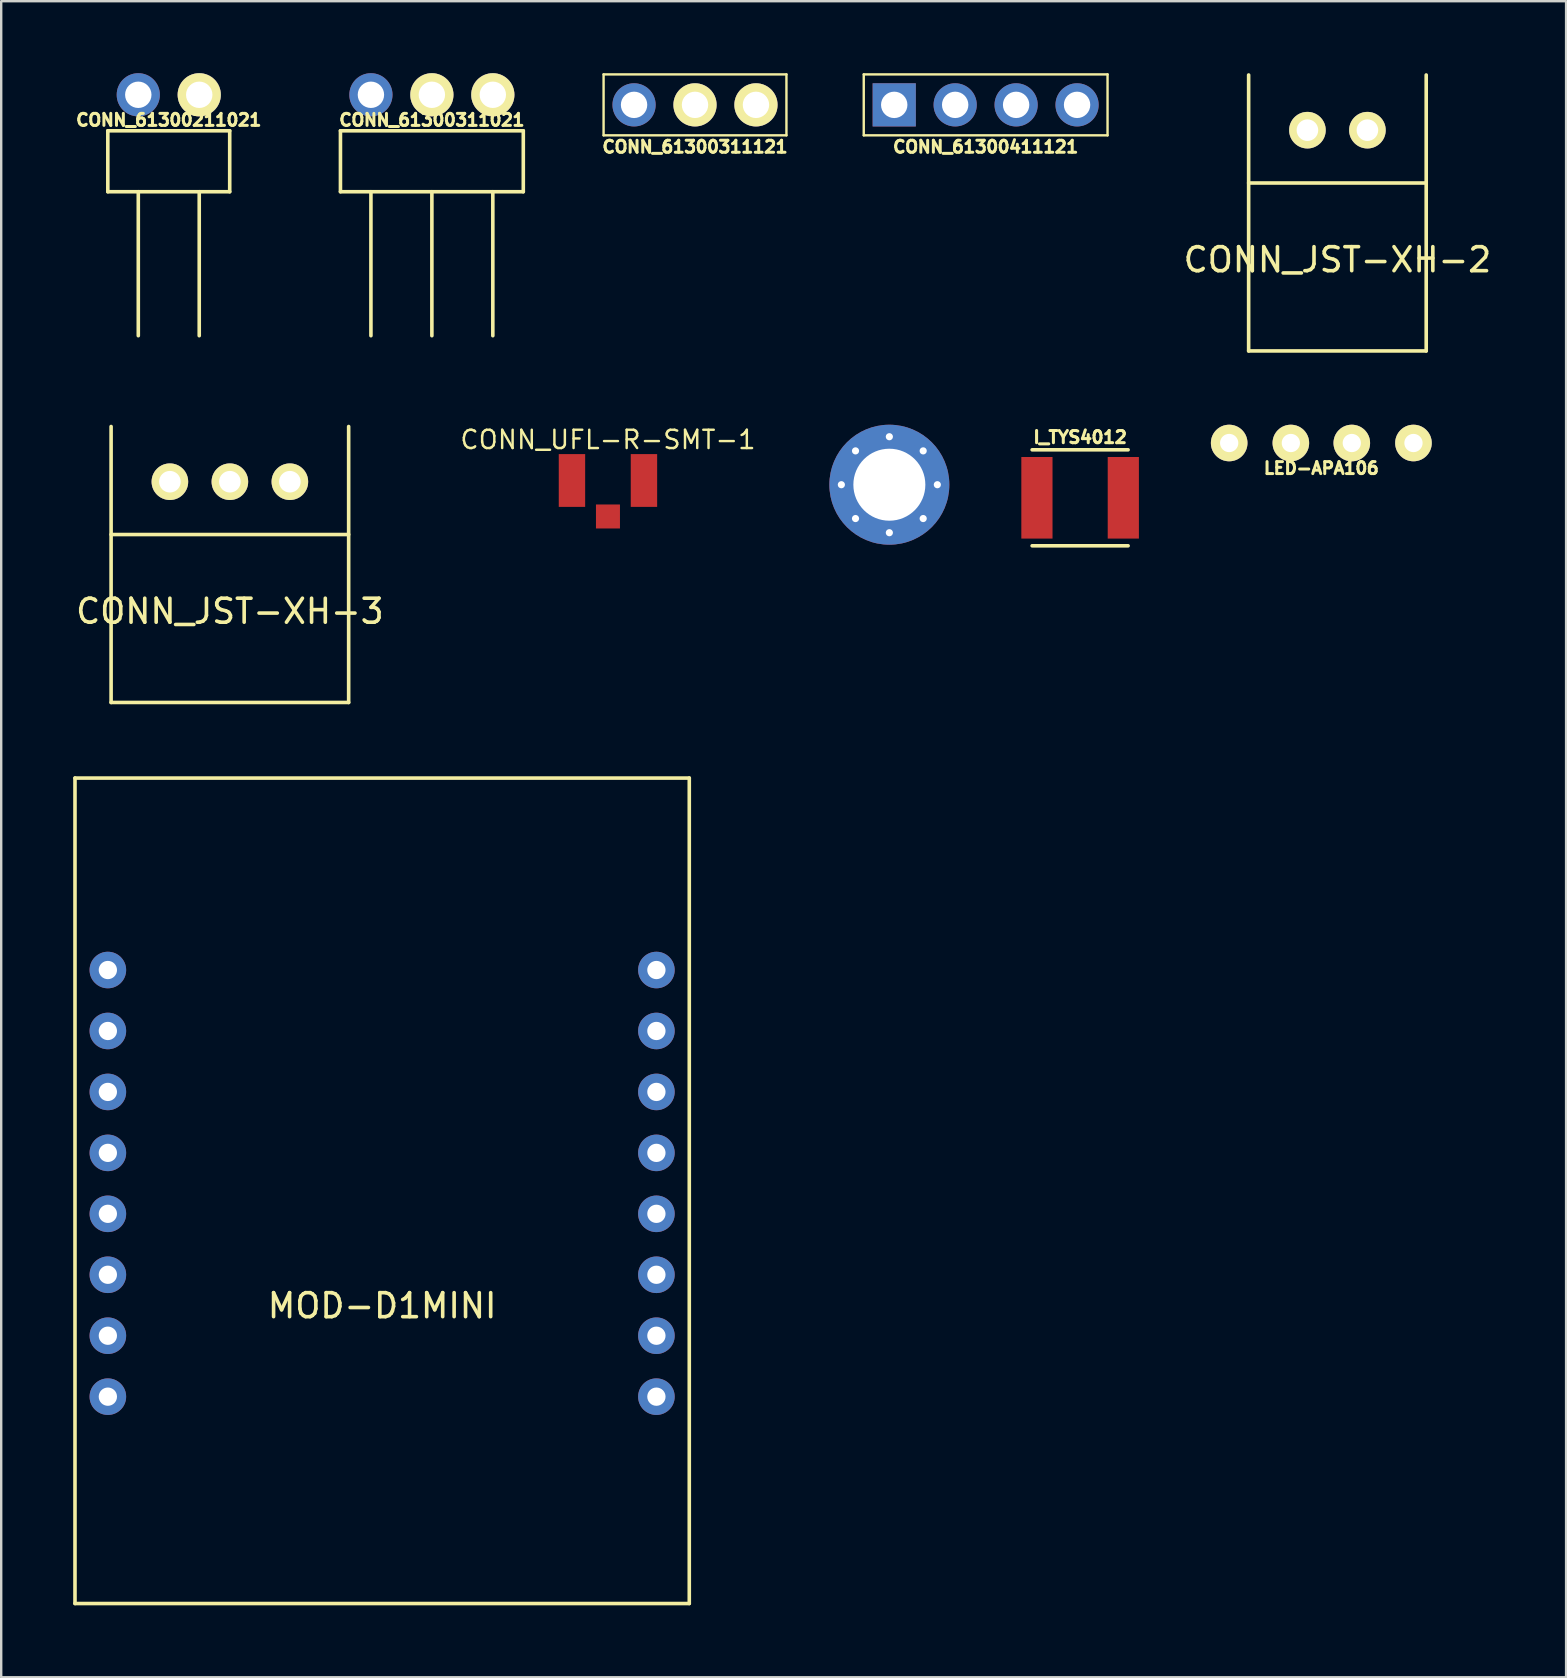
<source format=kicad_pcb>
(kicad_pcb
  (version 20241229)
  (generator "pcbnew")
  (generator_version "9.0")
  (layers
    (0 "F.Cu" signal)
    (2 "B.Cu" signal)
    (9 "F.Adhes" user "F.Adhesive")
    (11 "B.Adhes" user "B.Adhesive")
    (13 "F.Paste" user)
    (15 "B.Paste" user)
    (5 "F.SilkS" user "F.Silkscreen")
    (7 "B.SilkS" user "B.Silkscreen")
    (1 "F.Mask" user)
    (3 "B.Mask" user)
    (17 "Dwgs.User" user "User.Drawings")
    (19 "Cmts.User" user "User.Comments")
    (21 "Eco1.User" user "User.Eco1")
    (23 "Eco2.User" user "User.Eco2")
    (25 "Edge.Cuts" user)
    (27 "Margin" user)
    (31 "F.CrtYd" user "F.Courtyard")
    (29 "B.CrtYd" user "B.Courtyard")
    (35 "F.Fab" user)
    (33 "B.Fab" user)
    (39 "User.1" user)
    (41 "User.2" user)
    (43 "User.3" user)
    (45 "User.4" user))
  (footprint "CONN_61300311121"
    (layer "F.Cu")
    (at 25.914 1.32)
    (property "Reference" "CONN_61300311121" (at 0 1.75 0) (layer "F.SilkS") (effects (font (size 0.5 0.5) (thickness 0.125))))
    (attr through_hole)
    (fp_line (start -3.81 -1.27) (end 3.81 -1.27) (stroke (width 0.1) (type solid)) (layer "F.SilkS"))
    (fp_line (start -3.81 1.27) (end -3.81 -1.27) (stroke (width 0.1) (type solid)) (layer "F.SilkS"))
    (fp_line (start 3.81 -1.27) (end 3.81 1.27) (stroke (width 0.1) (type solid)) (layer "F.SilkS"))
    (fp_line (start 3.81 1.27) (end -3.81 1.27) (stroke (width 0.1) (type solid)) (layer "F.SilkS"))
    (pad "1" thru_hole circle (at -2.54 0) (size 1.8 1.8) (drill 1.1) (layers "*.Cu" "*.Mask"))
    (pad "2" thru_hole circle (at 0 0) (size 1.8 1.8) (drill 1.1) (layers "*.Cu" "*.Mask" "F.SilkS"))
    (pad "3" thru_hole circle (at 2.54 0) (size 1.8 1.8) (drill 1.1) (layers "*.Cu" "*.Mask" "F.SilkS")))
  (footprint "CONN_JST-XH-2"
    (layer "F.Cu")
    (at 52.686 4.575)
    (property "Reference" "CONN_JST-XH-2" (at 0 3.2 0) (layer "F.SilkS") (effects (font (size 1 1) (thickness 0.15))))
    (attr through_hole)
    (fp_line (start -3.7 0) (end 3.7 0) (stroke (width 0.15) (type solid)) (layer "F.SilkS"))
    (fp_line (start -3.7 7) (end -3.7 -4.5) (stroke (width 0.15) (type solid)) (layer "F.SilkS"))
    (fp_line (start 3.7 -4.5) (end 3.7 7) (stroke (width 0.15) (type solid)) (layer "F.SilkS"))
    (fp_line (start 3.7 7) (end -3.7 7) (stroke (width 0.15) (type solid)) (layer "F.SilkS"))
    (pad "1" thru_hole circle (at -1.25 -2.2) (size 1.524 1.524) (drill 0.9) (layers "*.Cu" "*.Mask" "F.SilkS"))
    (pad "2" thru_hole circle (at 1.25 -2.2) (size 1.524 1.524) (drill 0.9) (layers "*.Cu" "*.Mask" "F.SilkS")))
  (footprint "CONN_61300311021"
    (layer "F.Cu")
    (at 14.948 0.9)
    (property "Reference" "CONN_61300311021" (at 0 1.05 0) (layer "F.SilkS") (effects (font (size 0.5 0.5) (thickness 0.125))))
    (attr through_hole)
    (fp_line (start -3.81 1.5) (end 3.81 1.5) (stroke (width 0.15) (type solid)) (layer "F.SilkS"))
    (fp_line (start -3.81 4.04) (end -3.81 1.5) (stroke (width 0.15) (type solid)) (layer "F.SilkS"))
    (fp_line (start -2.54 4.04) (end -2.54 10.04) (stroke (width 0.15) (type solid)) (layer "F.SilkS"))
    (fp_line (start 0 4.04) (end 0 10.04) (stroke (width 0.15) (type solid)) (layer "F.SilkS"))
    (fp_line (start 2.54 4.04) (end 2.54 10.04) (stroke (width 0.15) (type solid)) (layer "F.SilkS"))
    (fp_line (start 3.81 1.5) (end 3.81 4.04) (stroke (width 0.15) (type solid)) (layer "F.SilkS"))
    (fp_line (start 3.81 4.04) (end -3.81 4.04) (stroke (width 0.15) (type solid)) (layer "F.SilkS"))
    (pad "1" thru_hole circle (at -2.54 0) (size 1.8 1.8) (drill 1.1) (layers "*.Cu" "*.Mask"))
    (pad "2" thru_hole circle (at 0 0) (size 1.8 1.8) (drill 1.1) (layers "*.Cu" "*.Mask" "F.SilkS"))
    (pad "3" thru_hole circle (at 2.54 0) (size 1.8 1.8) (drill 1.1) (layers "*.Cu" "*.Mask" "F.SilkS")))
  (footprint "CONN_61300211021"
    (layer "F.Cu")
    (at 3.983 0.9)
    (property "Reference" "CONN_61300211021" (at 0 1.05 0) (layer "F.SilkS") (effects (font (size 0.5 0.5) (thickness 0.125))))
    (attr through_hole)
    (fp_line (start -2.54 1.5) (end 2.54 1.5) (stroke (width 0.15) (type solid)) (layer "F.SilkS"))
    (fp_line (start -2.54 4.04) (end -2.54 1.5) (stroke (width 0.15) (type solid)) (layer "F.SilkS"))
    (fp_line (start -1.27 4.04) (end -1.27 10.04) (stroke (width 0.15) (type solid)) (layer "F.SilkS"))
    (fp_line (start 1.27 4.04) (end 1.27 10.04) (stroke (width 0.15) (type solid)) (layer "F.SilkS"))
    (fp_line (start 2.54 1.5) (end 2.54 4.04) (stroke (width 0.15) (type solid)) (layer "F.SilkS"))
    (fp_line (start 2.54 4.04) (end -2.54 4.04) (stroke (width 0.15) (type solid)) (layer "F.SilkS"))
    (pad "1" thru_hole circle (at -1.27 0) (size 1.8 1.8) (drill 1.1) (layers "*.Cu" "*.Mask"))
    (pad "2" thru_hole circle (at 1.27 0) (size 1.8 1.8) (drill 1.1) (layers "*.Cu" "*.Mask" "F.SilkS")))
  (footprint "CONN_UFL-R-SMT-1"
    (layer "F.Cu")
    (at 22.286 16.974)
    (property "Reference" "CONN_UFL-R-SMT-1" (at 0 -1.7 0) (layer "F.SilkS") (effects (font (size 0.762 0.762) (thickness 0.102))))
    (attr through_hole)
    (pad "0" smd rect (at -1.5 0) (size 1.1 2.2) (layers "F.Cu" "F.Mask" "F.Paste"))
    (pad "0" smd rect (at 1.5 0) (size 1.1 2.2) (layers "F.Cu" "F.Mask" "F.Paste"))
    (pad "1" smd rect (at 0 1.5) (size 1 1) (layers "F.Cu" "F.Mask" "F.Paste")))
  (footprint "I_TYS4012"
    (layer "F.Cu")
    (at 41.963 17.695)
    (property "Reference" "I_TYS4012" (at 0 -2.525 0) (layer "F.SilkS") (effects (font (size 0.508 0.508) (thickness 0.127))))
    (attr through_hole)
    (fp_line (start -2 -2) (end 2 -2) (stroke (width 0.15) (type solid)) (layer "F.SilkS"))
    (fp_line (start -2 2) (end 2 2) (stroke (width 0.15) (type solid)) (layer "F.SilkS"))
    (pad "1" smd rect (at -1.8 0) (size 1.3 3.4) (layers "F.Cu" "F.Mask" "F.Paste"))
    (pad "2" smd rect (at 1.8 0) (size 1.3 3.4) (layers "F.Cu" "F.Mask" "F.Paste")))
  (footprint "FIX"
    (layer "F.Cu")
    (at 34.013 17.15)
    (property "Reference" "FIX" (at 0 0.851 0) (layer "F.SilkS") (effects (font (size 0.5 0.5) (thickness 0.125))))
    (attr through_hole)
    (pad "1" thru_hole circle (at -2 0) (size 0.8 0.8) (drill 0.3) (layers "*.Cu" "*.Mask"))
    (pad "1" thru_hole circle (at -1.41 -1.41) (size 0.8 0.8) (drill 0.3) (layers "*.Cu" "*.Mask"))
    (pad "1" thru_hole circle (at -1.41 1.41) (size 0.8 0.8) (drill 0.3) (layers "*.Cu" "*.Mask"))
    (pad "1" thru_hole circle (at 0 -2) (size 0.8 0.8) (drill 0.3) (layers "*.Cu" "*.Mask"))
    (pad "1" thru_hole circle (at 0 0) (size 5 5) (drill 3) (layers "*.Cu" "*.Mask"))
    (pad "1" thru_hole circle (at 0 2) (size 0.8 0.8) (drill 0.3) (layers "*.Cu" "*.Mask"))
    (pad "1" thru_hole circle (at 1.41 -1.41) (size 0.8 0.8) (drill 0.3) (layers "*.Cu" "*.Mask"))
    (pad "1" thru_hole circle (at 1.41 1.41) (size 0.8 0.8) (drill 0.3) (layers "*.Cu" "*.Mask"))
    (pad "1" thru_hole circle (at 2 0) (size 0.8 0.8) (drill 0.3) (layers "*.Cu" "*.Mask")))
  (footprint "CONN_61300411121"
    (layer "F.Cu")
    (at 38.026 1.32)
    (property "Reference" "CONN_61300411121" (at 0 1.75 0) (layer "F.SilkS") (effects (font (size 0.5 0.5) (thickness 0.125))))
    (attr through_hole)
    (fp_line (start -5.08 -1.27) (end 5.08 -1.27) (stroke (width 0.1) (type solid)) (layer "F.SilkS"))
    (fp_line (start -5.08 1.27) (end -5.08 -1.27) (stroke (width 0.1) (type solid)) (layer "F.SilkS"))
    (fp_line (start 5.08 -1.27) (end 5.08 1.27) (stroke (width 0.1) (type solid)) (layer "F.SilkS"))
    (fp_line (start 5.08 1.27) (end -5.08 1.27) (stroke (width 0.1) (type solid)) (layer "F.SilkS"))
    (pad "1" thru_hole rect (at -3.81 0) (size 1.8 1.8) (drill 1.1) (layers "*.Cu" "*.Mask"))
    (pad "2" thru_hole circle (at -1.27 0) (size 1.8 1.8) (drill 1.1) (layers "*.Cu" "*.Mask"))
    (pad "3" thru_hole circle (at 1.27 0) (size 1.8 1.8) (drill 1.1) (layers "*.Cu" "*.Mask"))
    (pad "4" thru_hole circle (at 3.81 0) (size 1.8 1.8) (drill 1.1) (layers "*.Cu" "*.Mask")))
  (footprint "CONN_JST-XH-3"
    (layer "F.Cu")
    (at 6.53 19.225)
    (property "Reference" "CONN_JST-XH-3" (at 0 3.2 0) (layer "F.SilkS") (effects (font (size 1 1) (thickness 0.15))))
    (attr through_hole)
    (fp_line (start -4.95 0) (end 4.95 0) (stroke (width 0.15) (type solid)) (layer "F.SilkS"))
    (fp_line (start -4.95 7) (end -4.95 -4.5) (stroke (width 0.15) (type solid)) (layer "F.SilkS"))
    (fp_line (start 4.95 -4.5) (end 4.95 7) (stroke (width 0.15) (type solid)) (layer "F.SilkS"))
    (fp_line (start 4.95 7) (end -4.95 7) (stroke (width 0.15) (type solid)) (layer "F.SilkS"))
    (pad "1" thru_hole circle (at -2.5 -2.2) (size 1.524 1.524) (drill 0.9) (layers "*.Cu" "*.Mask" "F.SilkS"))
    (pad "2" thru_hole circle (at 0 -2.2) (size 1.524 1.524) (drill 0.9) (layers "*.Cu" "*.Mask" "F.SilkS"))
    (pad "3" thru_hole circle (at 2.5 -2.2) (size 1.524 1.524) (drill 0.9) (layers "*.Cu" "*.Mask" "F.SilkS")))
  (footprint "MOD-D1MINI"
    (layer "F.Cu")
    (at 12.875 46.265)
    (property "Reference" "MOD-D1MINI" (at 0 5.1 0) (layer "F.SilkS") (effects (font (size 1 1) (thickness 0.15))))
    (attr through_hole)
    (fp_line (start -12.8 -16.89) (end -12.8 17.51) (stroke (width 0.15) (type solid)) (layer "F.SilkS"))
    (fp_line (start -12.8 -16.89) (end 12.8 -16.89) (stroke (width 0.15) (type solid)) (layer "F.SilkS"))
    (fp_line (start -12.8 17.51) (end 12.8 17.51) (stroke (width 0.15) (type solid)) (layer "F.SilkS"))
    (fp_line (start 12.8 -16.89) (end 12.8 17.51) (stroke (width 0.15) (type solid)) (layer "F.SilkS"))
    (pad "1" thru_hole circle (at -11.43 -8.89) (size 1.524 1.524) (drill 0.762) (layers "*.Cu" "*.Mask"))
    (pad "2" thru_hole circle (at -11.43 -6.35) (size 1.524 1.524) (drill 0.762) (layers "*.Cu" "*.Mask"))
    (pad "3" thru_hole circle (at -11.43 -3.81) (size 1.524 1.524) (drill 0.762) (layers "*.Cu" "*.Mask"))
    (pad "4" thru_hole circle (at -11.43 -1.27) (size 1.524 1.524) (drill 0.762) (layers "*.Cu" "*.Mask"))
    (pad "5" thru_hole circle (at -11.43 1.27) (size 1.524 1.524) (drill 0.762) (layers "*.Cu" "*.Mask"))
    (pad "6" thru_hole circle (at -11.43 3.81) (size 1.524 1.524) (drill 0.762) (layers "*.Cu" "*.Mask"))
    (pad "7" thru_hole circle (at -11.43 6.35) (size 1.524 1.524) (drill 0.762) (layers "*.Cu" "*.Mask"))
    (pad "8" thru_hole circle (at -11.43 8.89) (size 1.524 1.524) (drill 0.762) (layers "*.Cu" "*.Mask"))
    (pad "9" thru_hole circle (at 11.43 8.89) (size 1.524 1.524) (drill 0.762) (layers "*.Cu" "*.Mask"))
    (pad "10" thru_hole circle (at 11.43 6.35) (size 1.524 1.524) (drill 0.762) (layers "*.Cu" "*.Mask"))
    (pad "11" thru_hole circle (at 11.43 3.81) (size 1.524 1.524) (drill 0.762) (layers "*.Cu" "*.Mask"))
    (pad "12" thru_hole circle (at 11.43 1.27) (size 1.524 1.524) (drill 0.762) (layers "*.Cu" "*.Mask"))
    (pad "13" thru_hole circle (at 11.43 -1.27) (size 1.524 1.524) (drill 0.762) (layers "*.Cu" "*.Mask"))
    (pad "14" thru_hole circle (at 11.43 -3.81) (size 1.524 1.524) (drill 0.762) (layers "*.Cu" "*.Mask"))
    (pad "15" thru_hole circle (at 11.43 -6.35) (size 1.524 1.524) (drill 0.762) (layers "*.Cu" "*.Mask"))
    (pad "16" thru_hole circle (at 11.43 -8.89) (size 1.524 1.524) (drill 0.762) (layers "*.Cu" "*.Mask")))
  (footprint "LED-APA106"
    (layer "F.Cu")
    (at 52.015 15.412)
    (property "Reference" "LED-APA106" (at 0 1.05 0) (layer "F.SilkS") (effects (font (size 0.5 0.5) (thickness 0.125))))
    (attr through_hole)
    (pad "1" thru_hole circle (at -3.84 0) (size 1.524 1.524) (drill 0.762) (layers "*.Cu" "*.Mask" "F.SilkS"))
    (pad "2" thru_hole circle (at -1.27 0) (size 1.524 1.524) (drill 0.762) (layers "*.Cu" "*.Mask" "F.SilkS"))
    (pad "3" thru_hole circle (at 1.27 0) (size 1.524 1.524) (drill 0.762) (layers "*.Cu" "*.Mask" "F.SilkS"))
    (pad "4" thru_hole circle (at 3.84 0) (size 1.524 1.524) (drill 0.762) (layers "*.Cu" "*.Mask" "F.SilkS")))
  (gr_rect
    (start -3 -3)
    (end 62.216 66.85)
    (stroke (width 0.1) (type default))
    (fill no)
    (layer "Edge.Cuts")))
</source>
